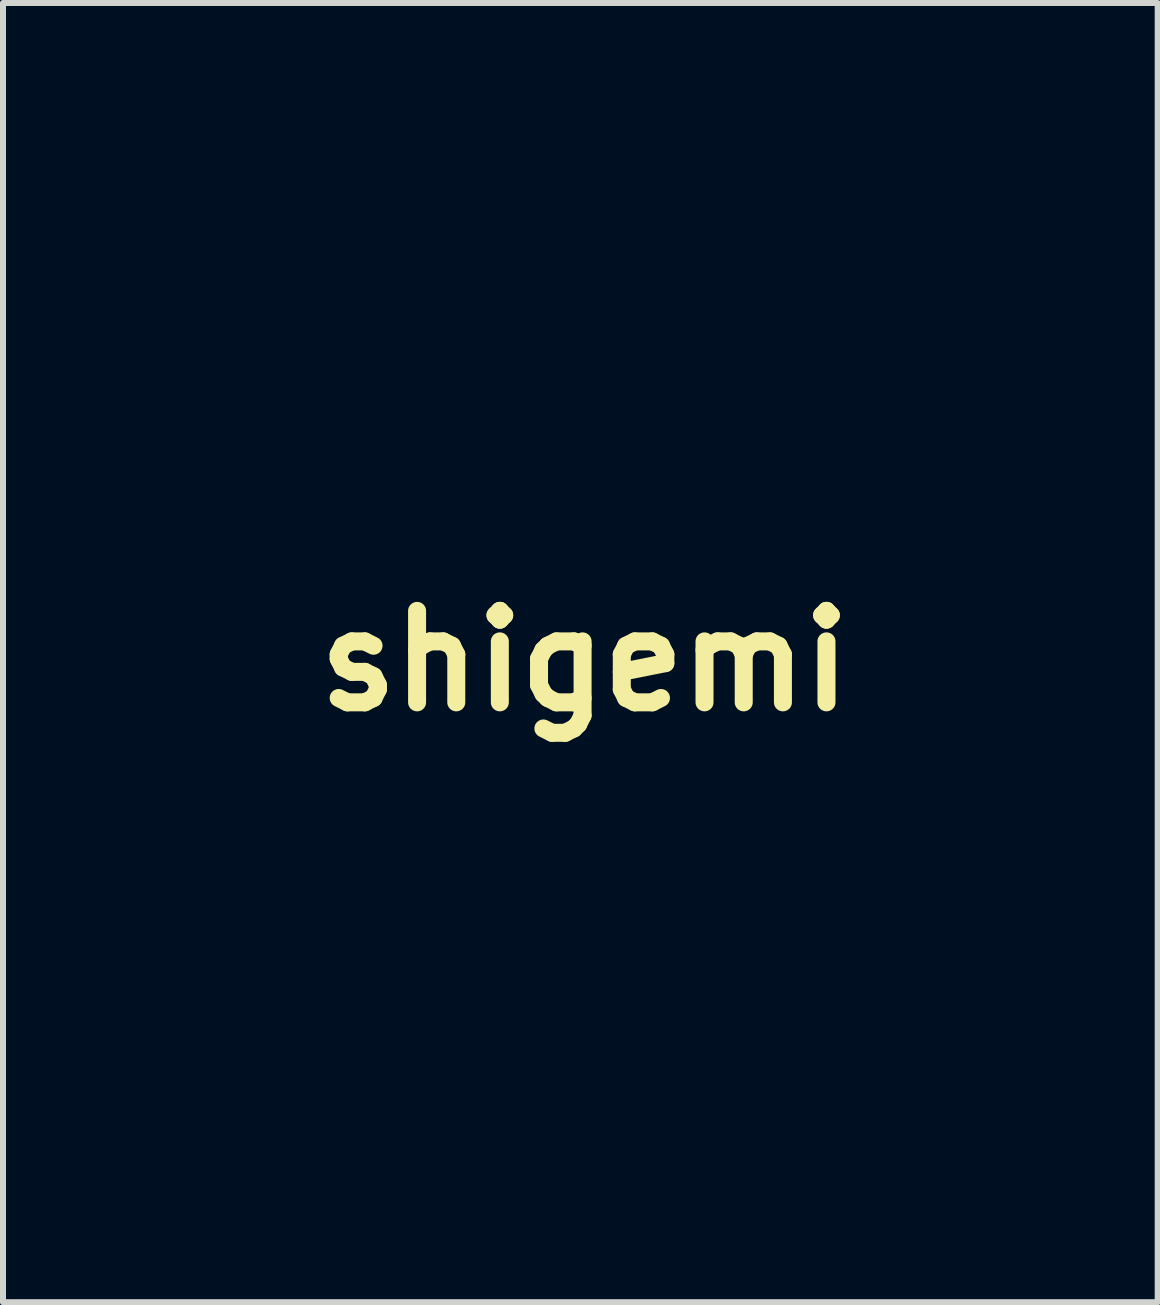
<source format=kicad_pcb>
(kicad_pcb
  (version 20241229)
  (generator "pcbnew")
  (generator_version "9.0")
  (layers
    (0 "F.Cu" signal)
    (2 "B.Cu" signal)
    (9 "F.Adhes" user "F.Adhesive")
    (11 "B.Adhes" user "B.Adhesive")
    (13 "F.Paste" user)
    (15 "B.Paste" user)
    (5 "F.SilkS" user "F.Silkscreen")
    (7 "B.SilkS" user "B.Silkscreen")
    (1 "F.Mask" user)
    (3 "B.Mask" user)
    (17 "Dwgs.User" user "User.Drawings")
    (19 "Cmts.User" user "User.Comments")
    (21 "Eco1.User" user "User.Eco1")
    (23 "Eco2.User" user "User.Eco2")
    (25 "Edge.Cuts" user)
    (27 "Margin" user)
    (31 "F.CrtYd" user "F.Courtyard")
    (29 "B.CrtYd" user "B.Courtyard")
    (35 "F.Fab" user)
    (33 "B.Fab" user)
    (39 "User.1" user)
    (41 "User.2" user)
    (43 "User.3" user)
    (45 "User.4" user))
  (footprint "shigemi"
    (layer "F.Cu")
    (at 6.694 7.964)
    (property "Reference" "shigemi" (at 0 0 0) (layer "F.SilkS") (effects (font (size 1.524 1.524) (thickness 0.3))))
    (attr through_hole)
    (fp_poly (pts (xy 3.641 -6.9) (xy 3.598 -6.858) (xy 3.556 -6.9) (xy 3.598 -6.943) (xy 3.641 -6.9)) (stroke (width 0.01) (type solid)) (fill yes) (layer "F.Mask"))
    (fp_poly (pts (xy 3.895 -7.747) (xy 3.852 -7.705) (xy 3.81 -7.747) (xy 3.852 -7.789) (xy 3.895 -7.747)) (stroke (width 0.01) (type solid)) (fill yes) (layer "F.Mask"))
    (fp_poly (pts (xy -6.444 -7.935) (xy -6.487 -7.877) (xy -6.562 -7.843) (xy -6.671 -7.842) (xy -6.689 -7.877) (xy -6.62 -7.949) (xy -6.562 -7.959) (xy -6.444 -7.935)) (stroke (width 0.01) (type solid)) (fill yes) (layer "F.Mask"))
    (fp_poly (pts (xy -2.384 -0.295) (xy -2.384 -0.207) (xy -2.465 -0.059) (xy -2.527 -0.018) (xy -2.611 -0.043) (xy -2.612 -0.131) (xy -2.53 -0.28) (xy -2.468 -0.32) (xy -2.384 -0.295)) (stroke (width 0.01) (type solid)) (fill yes) (layer "F.Mask"))
    (fp_poly (pts (xy -2.31 0.663) (xy -2.286 0.762) (xy -2.339 0.9) (xy -2.413 0.931) (xy -2.516 0.861) (xy -2.54 0.762) (xy -2.487 0.624) (xy -2.413 0.593) (xy -2.31 0.663)) (stroke (width 0.01) (type solid)) (fill yes) (layer "F.Mask"))
    (fp_poly (pts (xy 0.482 1.6) (xy 0.508 1.778) (xy 0.47 1.98) (xy 0.381 2.032) (xy 0.28 1.956) (xy 0.254 1.778) (xy 0.292 1.576) (xy 0.381 1.524) (xy 0.482 1.6)) (stroke (width 0.01) (type solid)) (fill yes) (layer "F.Mask"))
    (fp_poly (pts (xy 0.83 0.469) (xy 0.833 0.598) (xy 0.766 0.765) (xy 0.691 0.828) (xy 0.609 0.801) (xy 0.607 0.672) (xy 0.673 0.505) (xy 0.748 0.442) (xy 0.83 0.469)) (stroke (width 0.01) (type solid)) (fill yes) (layer "F.Mask"))
    (fp_poly (pts (xy -2.053 1.767) (xy -2.032 1.91) (xy -2.074 2.073) (xy -2.201 2.117) (xy -2.343 2.057) (xy -2.369 1.968) (xy -2.328 1.771) (xy -2.233 1.648) (xy -2.126 1.645) (xy -2.053 1.767)) (stroke (width 0.01) (type solid)) (fill yes) (layer "F.Mask"))
    (fp_poly (pts (xy 1.329 1.509) (xy 1.365 1.592) (xy 1.392 1.733) (xy 1.304 1.777) (xy 1.267 1.778) (xy 1.138 1.729) (xy 1.101 1.559) (xy 1.138 1.402) (xy 1.225 1.387) (xy 1.329 1.509)) (stroke (width 0.01) (type solid)) (fill yes) (layer "F.Mask"))
    (fp_poly (pts (xy 1.551 0.549) (xy 1.593 0.705) (xy 1.58 0.884) (xy 1.498 0.931) (xy 1.411 0.875) (xy 1.367 0.754) (xy 1.355 0.614) (xy 1.39 0.466) (xy 1.469 0.449) (xy 1.551 0.549)) (stroke (width 0.01) (type solid)) (fill yes) (layer "F.Mask"))
    (fp_poly (pts (xy 5.653 3.512) (xy 5.647 3.61) (xy 5.509 3.722) (xy 5.305 3.801) (xy 5.183 3.787) (xy 5.165 3.742) (xy 5.236 3.604) (xy 5.398 3.497) (xy 5.52 3.471) (xy 5.653 3.512)) (stroke (width 0.01) (type solid)) (fill yes) (layer "F.Mask"))
    (fp_poly (pts (xy -3.071 1.332) (xy -3.064 1.496) (xy -3.125 1.684) (xy -3.227 1.764) (xy -3.333 1.711) (xy -3.342 1.697) (xy -3.367 1.537) (xy -3.306 1.369) (xy -3.191 1.273) (xy -3.164 1.27) (xy -3.071 1.332)) (stroke (width 0.01) (type solid)) (fill yes) (layer "F.Mask"))
    (fp_poly (pts (xy -2.988 2.603) (xy -2.972 2.748) (xy -3.018 2.908) (xy -3.116 3.019) (xy -3.154 3.032) (xy -3.28 3.001) (xy -3.302 2.934) (xy -3.259 2.699) (xy -3.147 2.559) (xy -3.076 2.54) (xy -2.988 2.603)) (stroke (width 0.01) (type solid)) (fill yes) (layer "F.Mask"))
    (fp_poly (pts (xy 0.661 2.696) (xy 0.677 2.794) (xy 0.68 2.964) (xy 0.684 3.025) (xy 0.64 3.107) (xy 0.537 3.099) (xy 0.457 3.013) (xy 0.438 2.83) (xy 0.498 2.676) (xy 0.59 2.625) (xy 0.661 2.696)) (stroke (width 0.01) (type solid)) (fill yes) (layer "F.Mask"))
    (fp_poly (pts (xy 1.376 2.73) (xy 1.458 2.815) (xy 1.509 2.959) (xy 1.512 3.088) (xy 1.466 3.131) (xy 1.34 3.089) (xy 1.279 3.055) (xy 1.209 2.942) (xy 1.229 2.808) (xy 1.316 2.727) (xy 1.376 2.73)) (stroke (width 0.01) (type solid)) (fill yes) (layer "F.Mask"))
    (fp_poly (pts (xy 5.531 2.111) (xy 5.539 2.224) (xy 5.411 2.364) (xy 5.223 2.503) (xy 5.111 2.527) (xy 5.042 2.462) (xy 5.062 2.359) (xy 5.181 2.235) (xy 5.341 2.132) (xy 5.483 2.092) (xy 5.531 2.111)) (stroke (width 0.01) (type solid)) (fill yes) (layer "F.Mask"))
    (fp_poly (pts (xy 5.581 4.376) (xy 5.553 4.527) (xy 5.429 4.732) (xy 5.297 4.86) (xy 5.213 4.835) (xy 5.212 4.834) (xy 5.212 4.701) (xy 5.291 4.522) (xy 5.408 4.37) (xy 5.505 4.318) (xy 5.581 4.376)) (stroke (width 0.01) (type solid)) (fill yes) (layer "F.Mask"))
    (fp_poly (pts (xy 5.59 3.007) (xy 5.669 3.116) (xy 5.591 3.22) (xy 5.524 3.25) (xy 5.338 3.322) (xy 5.271 3.351) (xy 5.179 3.331) (xy 5.165 3.27) (xy 5.232 3.133) (xy 5.384 3.024) (xy 5.545 2.991) (xy 5.59 3.007)) (stroke (width 0.01) (type solid)) (fill yes) (layer "F.Mask"))
    (fp_poly (pts (xy 5.584 2.58) (xy 5.669 2.691) (xy 5.594 2.795) (xy 5.524 2.827) (xy 5.343 2.897) (xy 5.278 2.926) (xy 5.154 2.915) (xy 5.127 2.887) (xy 5.15 2.789) (xy 5.271 2.676) (xy 5.429 2.59) (xy 5.565 2.572) (xy 5.584 2.58)) (stroke (width 0.01) (type solid)) (fill yes) (layer "F.Mask"))
    (fp_poly (pts (xy 5.734 3.915) (xy 5.728 3.988) (xy 5.591 4.133) (xy 5.524 4.192) (xy 5.318 4.354) (xy 5.203 4.39) (xy 5.165 4.303) (xy 5.165 4.289) (xy 5.234 4.13) (xy 5.396 3.979) (xy 5.582 3.897) (xy 5.616 3.895) (xy 5.734 3.915)) (stroke (width 0.01) (type solid)) (fill yes) (layer "F.Mask"))
    (fp_poly (pts (xy 5.502 1.775) (xy 5.503 1.807) (xy 5.473 1.887) (xy 5.363 1.978) (xy 5.142 2.101) (xy 4.974 2.185) (xy 4.917 2.148) (xy 4.911 2.1) (xy 4.977 1.981) (xy 5.14 1.849) (xy 5.157 1.839) (xy 5.366 1.725) (xy 5.47 1.705) (xy 5.502 1.775)) (stroke (width 0.01) (type solid)) (fill yes) (layer "F.Mask"))
    (fp_poly (pts (xy 3.807 -4.064) (xy 3.861 -3.903) (xy 3.891 -3.656) (xy 3.893 -3.57) (xy 3.895 -3.204) (xy 4.17 -3.257) (xy 4.346 -3.285) (xy 4.377 -3.265) (xy 4.29 -3.186) (xy 4.11 -3.013) (xy 4.021 -2.907) (xy 3.928 -2.807) (xy 3.877 -2.847) (xy 3.865 -2.879) (xy 3.826 -3.058) (xy 3.794 -3.302) (xy 3.773 -3.569) (xy 3.764 -3.816) (xy 3.77 -3.999) (xy 3.792 -4.075) (xy 3.807 -4.064)) (stroke (width 0.01) (type solid)) (fill yes) (layer "F.Mask"))
    (fp_poly (pts (xy -5.153 6.067) (xy -5.08 6.172) (xy -5.08 6.178) (xy -5.149 6.255) (xy -5.207 6.265) (xy -5.308 6.341) (xy -5.334 6.519) (xy -5.311 6.701) (xy -5.214 6.767) (xy -5.122 6.773) (xy -4.952 6.817) (xy -4.911 6.9) (xy -4.98 6.991) (xy -5.144 7.027) (xy -5.336 7.006) (xy -5.486 6.926) (xy -5.564 6.754) (xy -5.585 6.507) (xy -5.55 6.262) (xy -5.464 6.098) (xy -5.462 6.097) (xy -5.305 6.036) (xy -5.153 6.067)) (stroke (width 0.01) (type solid)) (fill yes) (layer "F.Mask"))
    (fp_poly (pts (xy -2.24 -4.737) (xy -2.212 -4.698) (xy -2.237 -4.583) (xy -2.316 -4.353) (xy -2.327 -4.321) (xy -2.411 -4.038) (xy -2.497 -3.679) (xy -2.547 -3.422) (xy -2.625 -3.079) (xy -2.71 -2.904) (xy -2.76 -2.879) (xy -2.868 -2.897) (xy -2.879 -2.909) (xy -2.86 -3.054) (xy -2.81 -3.31) (xy -2.741 -3.626) (xy -2.665 -3.95) (xy -2.592 -4.23) (xy -2.578 -4.277) (xy -2.476 -4.559) (xy -2.373 -4.717) (xy -2.322 -4.741) (xy -2.24 -4.737)) (stroke (width 0.01) (type solid)) (fill yes) (layer "F.Mask"))
    (fp_poly (pts (xy 3.028 3.319) (xy 3.202 3.508) (xy 3.356 3.794) (xy 3.367 3.993) (xy 3.253 4.097) (xy 3.115 4.142) (xy 3.037 4.107) (xy 2.976 4.036) (xy 2.896 3.907) (xy 2.827 3.768) (xy 3.048 3.768) (xy 3.09 3.81) (xy 3.133 3.768) (xy 3.09 3.725) (xy 3.048 3.768) (xy 2.827 3.768) (xy 2.793 3.7) (xy 2.695 3.48) (xy 2.633 3.314) (xy 2.625 3.273) (xy 2.697 3.246) (xy 2.821 3.239) (xy 3.028 3.319)) (stroke (width 0.01) (type solid)) (fill yes) (layer "F.Mask"))
    (fp_poly (pts (xy -1.394 -4.637) (xy -1.374 -4.626) (xy -1.348 -4.522) (xy -1.365 -4.295) (xy -1.409 -4.046) (xy -1.48 -3.693) (xy -1.512 -3.473) (xy -1.505 -3.355) (xy -1.458 -3.309) (xy -1.397 -3.302) (xy -1.283 -3.259) (xy -1.3 -3.16) (xy -1.434 -3.051) (xy -1.598 -2.989) (xy -1.764 -2.961) (xy -1.858 -2.977) (xy -1.863 -2.988) (xy -1.845 -3.096) (xy -1.799 -3.318) (xy -1.734 -3.612) (xy -1.66 -3.933) (xy -1.588 -4.238) (xy -1.528 -4.483) (xy -1.49 -4.624) (xy -1.482 -4.642) (xy -1.394 -4.637)) (stroke (width 0.01) (type solid)) (fill yes) (layer "F.Mask"))
    (fp_poly (pts (xy 2.753 2.188) (xy 3.006 2.261) (xy 3.192 2.395) (xy 3.29 2.554) (xy 3.283 2.705) (xy 3.151 2.813) (xy 3.111 2.825) (xy 2.918 2.868) (xy 2.798 2.839) (xy 2.675 2.712) (xy 2.628 2.651) (xy 2.494 2.426) (xy 2.808 2.426) (xy 2.811 2.518) (xy 2.85 2.568) (xy 2.967 2.623) (xy 3.045 2.574) (xy 3.048 2.549) (xy 2.981 2.457) (xy 2.921 2.425) (xy 2.808 2.426) (xy 2.494 2.426) (xy 2.489 2.418) (xy 2.49 2.258) (xy 2.627 2.186) (xy 2.753 2.188)) (stroke (width 0.01) (type solid)) (fill yes) (layer "F.Mask"))
    (fp_poly (pts (xy -3.204 -4.828) (xy -3.153 -4.763) (xy -3.195 -4.679) (xy -3.328 -4.657) (xy -3.508 -4.608) (xy -3.589 -4.523) (xy -3.634 -4.311) (xy -3.634 -4.079) (xy -3.593 -3.901) (xy -3.556 -3.852) (xy -3.499 -3.74) (xy -3.472 -3.534) (xy -3.471 -3.505) (xy -3.52 -3.265) (xy -3.644 -3.047) (xy -3.81 -2.88) (xy -3.985 -2.794) (xy -4.135 -2.817) (xy -4.188 -2.873) (xy -4.156 -2.96) (xy -4.011 -3.06) (xy -4.002 -3.064) (xy -3.807 -3.241) (xy -3.73 -3.501) (xy -3.783 -3.794) (xy -3.815 -3.861) (xy -3.874 -4.105) (xy -3.859 -4.41) (xy -3.78 -4.688) (xy -3.716 -4.796) (xy -3.566 -4.878) (xy -3.369 -4.887) (xy -3.204 -4.828)) (stroke (width 0.01) (type solid)) (fill yes) (layer "F.Mask"))
    (fp_poly (pts (xy 1.45 -4.606) (xy 1.446 -4.452) (xy 1.383 -4.181) (xy 1.257 -3.773) (xy 1.241 -3.725) (xy 1.1 -3.381) (xy 0.958 -3.18) (xy 0.823 -3.132) (xy 0.714 -3.226) (xy 0.671 -3.386) (xy 0.659 -3.635) (xy 0.673 -3.926) (xy 0.71 -4.21) (xy 0.763 -4.438) (xy 0.828 -4.562) (xy 0.852 -4.572) (xy 0.884 -4.494) (xy 0.893 -4.283) (xy 0.881 -3.974) (xy 0.876 -3.916) (xy 0.858 -3.615) (xy 0.856 -3.401) (xy 0.87 -3.308) (xy 0.877 -3.309) (xy 0.925 -3.408) (xy 1.002 -3.629) (xy 1.096 -3.927) (xy 1.122 -4.015) (xy 1.22 -4.318) (xy 1.312 -4.543) (xy 1.383 -4.655) (xy 1.397 -4.66) (xy 1.45 -4.606)) (stroke (width 0.01) (type solid)) (fill yes) (layer "F.Mask"))
    (fp_poly (pts (xy 0.408 -4.713) (xy 0.408 -4.613) (xy 0.342 -4.417) (xy 0.202 -4.099) (xy 0.177 -4.044) (xy 0.037 -3.736) (xy -0.087 -3.455) (xy -0.16 -3.281) (xy -0.269 -3.09) (xy -0.385 -3.069) (xy -0.508 -3.217) (xy -0.511 -3.222) (xy -0.555 -3.399) (xy -0.566 -3.664) (xy -0.548 -3.973) (xy -0.508 -4.28) (xy -0.451 -4.539) (xy -0.381 -4.705) (xy -0.33 -4.741) (xy -0.284 -4.662) (xy -0.279 -4.423) (xy -0.3 -4.17) (xy -0.324 -3.892) (xy -0.331 -3.702) (xy -0.319 -3.64) (xy -0.317 -3.641) (xy -0.26 -3.732) (xy -0.15 -3.932) (xy -0.009 -4.198) (xy -0.002 -4.212) (xy 0.143 -4.474) (xy 0.267 -4.663) (xy 0.345 -4.741) (xy 0.347 -4.741) (xy 0.408 -4.713)) (stroke (width 0.01) (type solid)) (fill yes) (layer "F.Mask"))
    (fp_poly (pts (xy 2.487 -4.954) (xy 2.625 -4.826) (xy 2.677 -4.579) (xy 2.634 -4.268) (xy 2.506 -3.964) (xy 2.483 -3.927) (xy 2.42 -3.8) (xy 2.448 -3.696) (xy 2.589 -3.557) (xy 2.628 -3.524) (xy 2.812 -3.384) (xy 2.948 -3.307) (xy 2.97 -3.302) (xy 3.046 -3.237) (xy 3.048 -3.217) (xy 2.993 -3.135) (xy 2.845 -3.164) (xy 2.629 -3.295) (xy 2.465 -3.43) (xy 2.136 -3.727) (xy 2.078 -3.262) (xy 2.018 -2.925) (xy 1.944 -2.754) (xy 1.853 -2.749) (xy 1.838 -2.762) (xy 1.815 -2.875) (xy 1.823 -2.908) (xy 1.844 -3.024) (xy 1.879 -3.266) (xy 1.922 -3.593) (xy 1.968 -3.962) (xy 2.011 -4.333) (xy 2.022 -4.438) (xy 2.201 -4.438) (xy 2.227 -4.182) (xy 2.289 -4.08) (xy 2.362 -4.13) (xy 2.422 -4.327) (xy 2.439 -4.473) (xy 2.441 -4.705) (xy 2.396 -4.809) (xy 2.333 -4.826) (xy 2.248 -4.782) (xy 2.208 -4.627) (xy 2.201 -4.438) (xy 2.022 -4.438) (xy 2.047 -4.663) (xy 2.059 -4.784) (xy 2.139 -4.929) (xy 2.304 -4.987) (xy 2.487 -4.954)) (stroke (width 0.01) (type solid)) (fill yes) (layer "F.Mask"))
    (fp_poly (pts (xy -3.406 5.719) (xy -3.265 5.884) (xy -3.217 6.136) (xy -3.261 6.349) (xy -3.368 6.533) (xy -3.506 6.658) (xy -3.64 6.694) (xy -3.736 6.613) (xy -3.743 6.592) (xy -3.817 6.546) (xy -3.973 6.614) (xy -4.125 6.685) (xy -4.196 6.652) (xy -4.211 6.619) (xy -4.269 6.573) (xy -4.371 6.678) (xy -4.374 6.683) (xy -4.535 6.835) (xy -4.684 6.819) (xy -4.815 6.637) (xy -4.858 6.477) (xy -4.657 6.477) (xy -4.614 6.519) (xy -4.572 6.477) (xy -4.614 6.435) (xy -4.657 6.477) (xy -4.858 6.477) (xy -4.873 6.418) (xy -4.865 6.256) (xy -4.756 6.123) (xy -4.596 6.109) (xy -4.448 6.21) (xy -4.405 6.287) (xy -4.358 6.381) (xy -4.34 6.337) (xy -4.345 6.148) (xy -4.329 5.908) (xy -4.264 5.785) (xy -4.255 5.781) (xy -4.172 5.821) (xy -4.147 5.983) (xy -4.117 6.252) (xy -4.027 6.362) (xy -3.878 6.316) (xy -3.868 6.309) (xy -3.75 6.122) (xy -3.745 6.018) (xy -3.553 6.018) (xy -3.523 6.167) (xy -3.452 6.243) (xy -3.407 6.229) (xy -3.415 6.138) (xy -3.461 6.039) (xy -3.53 5.941) (xy -3.552 5.992) (xy -3.553 6.018) (xy -3.745 6.018) (xy -3.742 5.959) (xy -3.728 5.769) (xy -3.618 5.69) (xy -3.615 5.69) (xy -3.406 5.719)) (stroke (width 0.01) (type solid)) (fill yes) (layer "F.Mask"))
    (fp_poly (pts (xy 1.139 -1.532) (xy 1.292 -1.321) (xy 1.467 -0.96) (xy 1.533 -0.804) (xy 1.677 -0.429) (xy 1.79 -0.059) (xy 1.885 0.352) (xy 1.972 0.855) (xy 2.026 1.228) (xy 2.107 1.885) (xy 2.166 2.519) (xy 2.2 3.104) (xy 2.211 3.614) (xy 2.196 4.023) (xy 2.155 4.304) (xy 2.124 4.39) (xy 2.055 4.573) (xy 1.981 4.851) (xy 1.938 5.059) (xy 1.868 5.362) (xy 1.782 5.622) (xy 1.727 5.736) (xy 1.564 5.885) (xy 1.375 5.921) (xy 1.223 5.836) (xy 1.212 5.821) (xy 1.167 5.681) (xy 1.123 5.437) (xy 1.102 5.249) (xy 1.098 5.214) (xy 1.355 5.214) (xy 1.375 5.511) (xy 1.429 5.646) (xy 1.506 5.62) (xy 1.593 5.434) (xy 1.663 5.179) (xy 1.715 4.925) (xy 1.72 4.795) (xy 1.668 4.748) (xy 1.557 4.741) (xy 1.442 4.754) (xy 1.381 4.821) (xy 1.358 4.983) (xy 1.355 5.214) (xy 1.098 5.214) (xy 1.058 4.784) (xy 0.254 4.782) (xy -0.292 4.759) (xy -0.686 4.691) (xy -0.943 4.572) (xy -1.039 4.445) (xy 1.693 4.445) (xy 1.736 4.487) (xy 1.778 4.445) (xy 1.736 4.403) (xy 1.693 4.445) (xy -1.039 4.445) (xy -1.075 4.397) (xy -1.101 4.238) (xy -1.078 4.053) (xy -1.027 3.965) (xy -0.976 3.875) (xy -0.894 3.643) (xy -0.88 3.598) (xy -0.584 3.598) (xy -0.53 3.689) (xy -0.406 3.717) (xy -0.205 3.704) (xy -0.148 3.698) (xy 0.257 3.694) (xy 0.644 3.753) (xy 0.677 3.762) (xy 1.097 3.855) (xy 1.462 3.881) (xy 1.737 3.841) (xy 1.868 3.761) (xy 1.933 3.583) (xy 1.965 3.258) (xy 1.964 2.807) (xy 1.929 2.248) (xy 1.863 1.602) (xy 1.827 1.325) (xy 1.759 0.826) (xy 1.703 0.454) (xy 1.648 0.168) (xy 1.587 -0.072) (xy 1.508 -0.307) (xy 1.402 -0.579) (xy 1.334 -0.745) (xy 1.181 -1.088) (xy 1.059 -1.281) (xy 0.959 -1.339) (xy 0.949 -1.338) (xy 0.801 -1.229) (xy 0.639 -0.967) (xy 0.469 -0.564) (xy 0.295 -0.036) (xy 0.123 0.604) (xy -0.042 1.34) (xy -0.13 1.731) (xy -0.245 2.192) (xy -0.364 2.633) (xy -0.381 2.691) (xy -0.504 3.123) (xy -0.573 3.417) (xy -0.584 3.598) (xy -0.88 3.598) (xy -0.786 3.294) (xy -0.659 2.851) (xy -0.52 2.338) (xy -0.375 1.779) (xy -0.231 1.197) (xy -0.133 0.782) (xy 0.047 0.062) (xy 0.221 -0.506) (xy 0.395 -0.941) (xy 0.576 -1.26) (xy 0.653 -1.36) (xy 0.835 -1.541) (xy 0.992 -1.602) (xy 1.139 -1.532)) (stroke (width 0.01) (type solid)) (fill yes) (layer "F.Mask"))
    (fp_poly (pts (xy 0.256 -2.683) (xy 0.262 -2.495) (xy 0.184 -2.256) (xy 0.117 -2.136) (xy 0.04 -1.991) (xy 0.07 -1.92) (xy 0.13 -1.892) (xy 0.3 -1.894) (xy 0.407 -2.052) (xy 0.437 -2.193) (xy 0.517 -2.396) (xy 0.658 -2.512) (xy 0.812 -2.51) (xy 0.863 -2.472) (xy 0.927 -2.354) (xy 0.865 -2.2) (xy 0.865 -2.199) (xy 0.804 -2.072) (xy 0.854 -2.033) (xy 0.878 -2.032) (xy 1.027 -2.092) (xy 1.101 -2.159) (xy 1.157 -2.264) (xy 1.111 -2.286) (xy 1.021 -2.33) (xy 1.05 -2.431) (xy 1.183 -2.539) (xy 1.382 -2.581) (xy 1.522 -2.522) (xy 1.667 -2.398) (xy 1.673 -2.312) (xy 1.566 -2.286) (xy 1.463 -2.215) (xy 1.439 -2.117) (xy 1.494 -1.976) (xy 1.626 -1.96) (xy 1.76 -2.048) (xy 1.878 -2.102) (xy 1.925 -2.083) (xy 1.909 -1.998) (xy 1.804 -1.871) (xy 1.661 -1.753) (xy 1.532 -1.694) (xy 1.521 -1.693) (xy 1.409 -1.747) (xy 1.334 -1.811) (xy 1.179 -1.883) (xy 1.067 -1.845) (xy 0.869 -1.793) (xy 0.768 -1.801) (xy 0.582 -1.793) (xy 0.419 -1.733) (xy 0.156 -1.671) (xy 0.033 -1.697) (xy -0.155 -1.713) (xy -0.298 -1.606) (xy -0.421 -1.51) (xy -0.592 -1.475) (xy -0.868 -1.49) (xy -0.878 -1.491) (xy -1.209 -1.517) (xy -1.533 -1.528) (xy -1.637 -1.528) (xy -1.864 -1.541) (xy -1.975 -1.613) (xy -2.007 -1.69) (xy -2.075 -1.809) (xy -2.221 -1.818) (xy -2.274 -1.806) (xy -2.496 -1.704) (xy -2.684 -1.553) (xy -2.871 -1.391) (xy -3.008 -1.377) (xy -3.124 -1.509) (xy -3.137 -1.533) (xy -3.206 -1.643) (xy -3.275 -1.652) (xy -3.397 -1.552) (xy -3.462 -1.49) (xy -3.656 -1.344) (xy -3.832 -1.272) (xy -3.854 -1.27) (xy -3.916 -1.295) (xy -3.879 -1.384) (xy -3.732 -1.556) (xy -3.616 -1.675) (xy -3.413 -1.901) (xy -3.269 -2.097) (xy -3.217 -2.216) (xy -3.166 -2.377) (xy -3.054 -2.552) (xy -2.919 -2.681) (xy -2.818 -2.676) (xy -2.789 -2.651) (xy -2.739 -2.548) (xy -2.778 -2.384) (xy -2.851 -2.228) (xy -2.947 -1.992) (xy -2.986 -1.796) (xy -2.983 -1.756) (xy -2.927 -1.648) (xy -2.858 -1.677) (xy -2.805 -1.812) (xy -2.794 -1.938) (xy -2.777 -2.128) (xy -2.743 -2.224) (xy -2.626 -2.246) (xy -2.503 -2.171) (xy -2.455 -2.062) (xy -2.428 -1.987) (xy -2.318 -2.015) (xy -2.265 -2.041) (xy -2.09 -2.163) (xy -2.007 -2.256) (xy -1.898 -2.373) (xy -1.822 -2.341) (xy -1.8 -2.181) (xy -1.814 -2.081) (xy -1.828 -1.84) (xy -1.772 -1.743) (xy -1.667 -1.8) (xy -1.551 -1.985) (xy -1.417 -2.2) (xy -1.295 -2.286) (xy -1.214 -2.24) (xy -1.2 -2.058) (xy -1.204 -2.028) (xy -1.205 -1.803) (xy -1.14 -1.708) (xy -1.038 -1.729) (xy -0.926 -1.854) (xy -0.833 -2.073) (xy -0.804 -2.201) (xy -0.734 -2.456) (xy -0.638 -2.622) (xy -0.538 -2.675) (xy -0.456 -2.588) (xy -0.455 -2.586) (xy -0.444 -2.417) (xy -0.483 -2.175) (xy -0.502 -2.102) (xy -0.554 -1.879) (xy -0.56 -1.731) (xy -0.55 -1.708) (xy -0.469 -1.724) (xy -0.354 -1.842) (xy -0.244 -2.008) (xy -0.177 -2.172) (xy -0.171 -2.219) (xy -0.128 -2.445) (xy -0.028 -2.645) (xy 0.097 -2.764) (xy 0.163 -2.774) (xy 0.256 -2.683)) (stroke (width 0.01) (type solid)) (fill yes) (layer "F.Mask"))
    (fp_poly (pts (xy -1.996 -1.383) (xy -1.845 -1.16) (xy -1.71 -0.816) (xy -1.686 -0.74) (xy -1.623 -0.505) (xy -1.573 -0.258) (xy -1.535 0.032) (xy -1.504 0.391) (xy -1.479 0.849) (xy -1.458 1.434) (xy -1.447 1.778) (xy -1.433 2.332) (xy -1.427 2.83) (xy -1.426 3.248) (xy -1.433 3.56) (xy -1.445 3.74) (xy -1.454 3.772) (xy -1.486 3.92) (xy -1.472 4.032) (xy -1.486 4.182) (xy -1.626 4.336) (xy -1.718 4.403) (xy -1.863 4.513) (xy -1.958 4.631) (xy -2.023 4.801) (xy -2.077 5.068) (xy -2.115 5.31) (xy -2.177 5.651) (xy -2.252 5.936) (xy -2.324 6.115) (xy -2.344 6.142) (xy -2.55 6.253) (xy -2.764 6.23) (xy -2.873 6.146) (xy -2.929 6.005) (xy -2.982 5.75) (xy -3.022 5.434) (xy -3.022 5.426) (xy -3.05 5.186) (xy -2.793 5.186) (xy -2.775 5.574) (xy -2.727 5.848) (xy -2.656 5.994) (xy -2.57 5.999) (xy -2.475 5.851) (xy -2.461 5.815) (xy -2.41 5.623) (xy -2.356 5.337) (xy -2.325 5.125) (xy -2.295 4.851) (xy -2.299 4.71) (xy -2.341 4.669) (xy -2.408 4.686) (xy -2.6 4.735) (xy -2.674 4.741) (xy -2.749 4.792) (xy -2.786 4.963) (xy -2.793 5.186) (xy -3.05 5.186) (xy -3.056 5.132) (xy -3.097 4.918) (xy -3.137 4.827) (xy -3.141 4.826) (xy -3.312 4.869) (xy -3.495 4.969) (xy -3.621 5.085) (xy -3.641 5.136) (xy -3.686 5.241) (xy -3.792 5.23) (xy -3.914 5.119) (xy -3.972 5.019) (xy -4.077 4.789) (xy -4.229 4.99) (xy -4.393 5.124) (xy -4.548 5.128) (xy -4.645 5.011) (xy -4.657 4.923) (xy -4.735 4.77) (xy -4.974 4.633) (xy -4.988 4.627) (xy -5.209 4.523) (xy -5.326 4.445) (xy -3.302 4.445) (xy -3.26 4.487) (xy -3.217 4.445) (xy -3.26 4.403) (xy -3.302 4.445) (xy -5.326 4.445) (xy -5.357 4.424) (xy -5.378 4.4) (xy -5.412 4.222) (xy -5.399 4.106) (xy -5.148 4.106) (xy -5.139 4.251) (xy -5.113 4.264) (xy -5.109 4.256) (xy -5.103 4.191) (xy -1.947 4.191) (xy -1.905 4.233) (xy -1.863 4.191) (xy -1.905 4.149) (xy -1.947 4.191) (xy -5.103 4.191) (xy -5.094 4.106) (xy -4.149 4.106) (xy -4.106 4.149) (xy -4.064 4.106) (xy -4.106 4.064) (xy -4.149 4.106) (xy -5.094 4.106) (xy -5.092 4.088) (xy -5.106 4.002) (xy -5.133 3.968) (xy -5.148 4.08) (xy -5.148 4.106) (xy -5.399 4.106) (xy -5.382 3.956) (xy -5.303 3.665) (xy -5.19 3.411) (xy -5.13 3.324) (xy -5.102 3.281) (xy -4.741 3.281) (xy -4.66 3.4) (xy -4.432 3.504) (xy -4.079 3.586) (xy -3.641 3.637) (xy -3.198 3.659) (xy -2.745 3.664) (xy -2.328 3.653) (xy -1.991 3.628) (xy -1.791 3.591) (xy -1.75 3.496) (xy -1.72 3.26) (xy -1.702 2.91) (xy -1.695 2.473) (xy -1.697 1.978) (xy -1.709 1.452) (xy -1.73 0.922) (xy -1.759 0.416) (xy -1.794 -0.039) (xy -1.837 -0.415) (xy -1.885 -0.685) (xy -1.902 -0.747) (xy -2.014 -1.042) (xy -2.127 -1.215) (xy -2.254 -1.259) (xy -2.408 -1.169) (xy -2.601 -0.939) (xy -2.846 -0.565) (xy -3.018 -0.28) (xy -3.168 -0.011) (xy -3.357 0.348) (xy -3.573 0.77) (xy -3.802 1.23) (xy -4.033 1.701) (xy -4.25 2.155) (xy -4.443 2.567) (xy -4.598 2.909) (xy -4.701 3.156) (xy -4.741 3.279) (xy -4.741 3.281) (xy -5.102 3.281) (xy -5.03 3.171) (xy -4.877 2.895) (xy -4.685 2.526) (xy -4.471 2.095) (xy -4.299 1.736) (xy -3.863 0.83) (xy -3.479 0.081) (xy -3.141 -0.518) (xy -2.845 -0.969) (xy -2.587 -1.276) (xy -2.363 -1.445) (xy -2.167 -1.479) (xy -1.996 -1.383)) (stroke (width 0.01) (type solid)) (fill yes) (layer "F.Mask"))
    (fp_poly (pts (xy 3.516 -7.777) (xy 3.672 -7.745) (xy 3.685 -7.707) (xy 3.577 -7.66) (xy 3.354 -7.629) (xy 3.13 -7.62) (xy 2.849 -7.613) (xy 2.706 -7.585) (xy 2.67 -7.527) (xy 2.679 -7.493) (xy 2.786 -7.405) (xy 3.035 -7.362) (xy 3.163 -7.356) (xy 3.598 -7.346) (xy 3.235 -7.258) (xy 2.941 -7.214) (xy 2.727 -7.252) (xy 2.675 -7.277) (xy 2.51 -7.335) (xy 2.337 -7.303) (xy 2.199 -7.238) (xy 1.93 -7.143) (xy 1.625 -7.141) (xy 1.531 -7.154) (xy 1.267 -7.19) (xy 1.018 -7.208) (xy 0.736 -7.208) (xy 0.373 -7.192) (xy -0.042 -7.164) (xy -0.418 -7.14) (xy -0.893 -7.111) (xy -1.396 -7.082) (xy -1.721 -7.065) (xy -2.204 -7.03) (xy -2.608 -6.981) (xy -2.897 -6.922) (xy -2.991 -6.889) (xy -3.12 -6.826) (xy -3.148 -6.793) (xy -3.055 -6.787) (xy -2.821 -6.804) (xy -2.667 -6.818) (xy -2.418 -6.834) (xy -2.062 -6.848) (xy -1.619 -6.861) (xy -1.111 -6.872) (xy -0.556 -6.882) (xy 0.023 -6.889) (xy 0.606 -6.894) (xy 1.173 -6.897) (xy 1.703 -6.898) (xy 2.176 -6.896) (xy 2.57 -6.891) (xy 2.867 -6.884) (xy 3.044 -6.873) (xy 3.081 -6.86) (xy 3.048 -6.853) (xy 2.831 -6.832) (xy 2.476 -6.809) (xy 2.011 -6.785) (xy 1.468 -6.763) (xy 0.877 -6.743) (xy 0.508 -6.733) (xy -0.111 -6.715) (xy -0.711 -6.693) (xy -1.26 -6.667) (xy -1.725 -6.641) (xy -2.072 -6.615) (xy -2.201 -6.602) (xy -2.545 -6.566) (xy -2.996 -6.531) (xy -3.494 -6.5) (xy -3.927 -6.479) (xy -4.379 -6.459) (xy -4.702 -6.436) (xy -4.933 -6.402) (xy -5.111 -6.349) (xy -5.276 -6.268) (xy -5.451 -6.162) (xy -5.884 -5.888) (xy -5.546 -5.844) (xy -5.267 -5.829) (xy -4.917 -5.839) (xy -4.699 -5.857) (xy -4.508 -5.871) (xy -4.168 -5.886) (xy -3.699 -5.902) (xy -3.121 -5.919) (xy -2.454 -5.936) (xy -1.719 -5.952) (xy -0.935 -5.967) (xy -0.416 -5.976) (xy 0.486 -5.99) (xy 1.234 -6) (xy 1.842 -6.007) (xy 2.324 -6.009) (xy 2.696 -6.007) (xy 2.971 -5.999) (xy 3.165 -5.987) (xy 3.292 -5.969) (xy 3.366 -5.945) (xy 3.403 -5.916) (xy 3.411 -5.9) (xy 3.417 -5.758) (xy 3.383 -5.713) (xy 3.313 -5.733) (xy 3.302 -5.79) (xy 3.272 -5.857) (xy 3.161 -5.889) (xy 2.936 -5.892) (xy 2.731 -5.881) (xy 2.503 -5.87) (xy 2.133 -5.854) (xy 1.645 -5.835) (xy 1.067 -5.813) (xy 0.423 -5.79) (xy -0.259 -5.767) (xy -0.55 -5.757) (xy -1.288 -5.733) (xy -2.039 -5.708) (xy -2.768 -5.683) (xy -3.441 -5.66) (xy -4.022 -5.639) (xy -4.476 -5.622) (xy -4.554 -5.619) (xy -5.848 -5.57) (xy -5.831 -3.78) (xy -5.83 -3.148) (xy -5.84 -2.402) (xy -5.857 -1.599) (xy -5.881 -0.793) (xy -5.911 -0.041) (xy -5.921 0.169) (xy -5.985 1.55) (xy -6.032 2.79) (xy -6.063 3.887) (xy -6.077 4.836) (xy -6.074 5.635) (xy -6.054 6.28) (xy -6.018 6.769) (xy -5.966 7.097) (xy -5.897 7.261) (xy -5.857 7.281) (xy -5.751 7.265) (xy -5.527 7.22) (xy -5.232 7.158) (xy -5.207 7.153) (xy -4.942 7.11) (xy -4.544 7.066) (xy -4.047 7.022) (xy -3.488 6.982) (xy -2.901 6.949) (xy -2.752 6.942) (xy -2.125 6.909) (xy -1.481 6.868) (xy -0.865 6.822) (xy -0.321 6.773) (xy 0.103 6.726) (xy 0.139 6.722) (xy 0.744 6.658) (xy 1.394 6.627) (xy 2.123 6.628) (xy 2.962 6.661) (xy 3.725 6.71) (xy 4.022 6.731) (xy 4.048 6.223) (xy 4.049 5.946) (xy 4.035 5.533) (xy 4.007 5.017) (xy 3.968 4.429) (xy 3.921 3.803) (xy 3.868 3.171) (xy 3.811 2.565) (xy 3.753 2.018) (xy 3.697 1.562) (xy 3.679 1.439) (xy 3.626 0.944) (xy 3.59 0.314) (xy 3.574 -0.418) (xy 3.574 -0.931) (xy 3.575 -1.538) (xy 3.568 -2.187) (xy 3.554 -2.82) (xy 3.534 -3.378) (xy 3.52 -3.641) (xy 3.499 -4.053) (xy 3.487 -4.393) (xy 3.485 -4.631) (xy 3.494 -4.738) (xy 3.499 -4.74) (xy 3.534 -4.629) (xy 3.573 -4.376) (xy 3.614 -4.007) (xy 3.656 -3.548) (xy 3.697 -3.026) (xy 3.734 -2.468) (xy 3.766 -1.9) (xy 3.791 -1.349) (xy 3.806 -0.842) (xy 3.81 -0.471) (xy 3.819 0.158) (xy 3.844 0.763) (xy 3.881 1.297) (xy 3.929 1.713) (xy 3.933 1.736) (xy 3.976 2.056) (xy 4.026 2.506) (xy 4.079 3.046) (xy 4.132 3.637) (xy 4.179 4.24) (xy 4.187 4.352) (xy 4.235 5.014) (xy 4.279 5.524) (xy 4.326 5.897) (xy 4.384 6.15) (xy 4.46 6.298) (xy 4.563 6.359) (xy 4.701 6.347) (xy 4.881 6.28) (xy 5.074 6.19) (xy 5.656 5.879) (xy 6.105 5.557) (xy 6.188 5.483) (xy 6.269 5.386) (xy 6.311 5.254) (xy 6.321 5.044) (xy 6.305 4.712) (xy 6.303 4.679) (xy 6.267 4.268) (xy 6.212 3.785) (xy 6.149 3.324) (xy 6.139 3.26) (xy 6.107 3.03) (xy 6.076 2.762) (xy 6.044 2.438) (xy 6.012 2.044) (xy 5.978 1.563) (xy 5.941 0.98) (xy 5.899 0.28) (xy 5.852 -0.553) (xy 5.798 -1.536) (xy 5.781 -1.863) (xy 5.768 -2.201) (xy 5.767 -2.458) (xy 5.778 -2.601) (xy 5.791 -2.617) (xy 5.83 -2.513) (xy 5.875 -2.268) (xy 5.926 -1.877) (xy 5.984 -1.335) (xy 6.048 -0.637) (xy 6.121 0.221) (xy 6.184 1.016) (xy 6.237 1.68) (xy 6.292 2.346) (xy 6.347 2.978) (xy 6.398 3.54) (xy 6.442 3.995) (xy 6.466 4.229) (xy 6.506 4.635) (xy 6.533 4.996) (xy 6.542 5.268) (xy 6.536 5.399) (xy 6.44 5.574) (xy 6.247 5.756) (xy 6.191 5.794) (xy 5.927 5.981) (xy 5.653 6.206) (xy 5.591 6.262) (xy 5.304 6.466) (xy 4.89 6.67) (xy 4.58 6.79) (xy 4.226 6.911) (xy 3.978 6.978) (xy 3.78 6.999) (xy 3.579 6.98) (xy 3.387 6.943) (xy 3.088 6.905) (xy 2.658 6.883) (xy 2.131 6.877) (xy 1.545 6.887) (xy 0.936 6.911) (xy 0.34 6.949) (xy -0.207 7) (xy -0.339 7.016) (xy -0.682 7.05) (xy -1.144 7.085) (xy -1.674 7.118) (xy -2.221 7.144) (xy -2.455 7.153) (xy -3.177 7.187) (xy -3.848 7.236) (xy -4.448 7.299) (xy -4.954 7.371) (xy -5.346 7.45) (xy -5.601 7.533) (xy -5.673 7.578) (xy -5.798 7.679) (xy -5.894 7.68) (xy -6.04 7.582) (xy -6.054 7.571) (xy -6.19 7.399) (xy -6.233 7.257) (xy -6.248 7.088) (xy -6.28 6.805) (xy -6.323 6.459) (xy -6.337 6.35) (xy -6.376 5.927) (xy -6.39 5.421) (xy -6.379 4.802) (xy -6.348 4.106) (xy -6.32 3.558) (xy -6.288 2.891) (xy -6.254 2.156) (xy -6.222 1.404) (xy -6.193 0.685) (xy -6.185 0.466) (xy -6.16 -0.155) (xy -6.134 -0.754) (xy -6.108 -1.299) (xy -6.084 -1.76) (xy -6.063 -2.103) (xy -6.052 -2.244) (xy -6.039 -2.528) (xy -6.038 -2.94) (xy -6.046 -3.435) (xy -6.064 -3.973) (xy -6.083 -4.36) (xy -6.166 -5.884) (xy -5.941 -6.111) (xy -5.779 -6.238) (xy -5.498 -6.422) (xy -5.132 -6.646) (xy -4.978 -6.735) (xy -4.385 -6.735) (xy -4.35 -6.704) (xy -4.201 -6.691) (xy -3.992 -6.696) (xy -3.779 -6.718) (xy -3.663 -6.742) (xy -3.535 -6.809) (xy -3.522 -6.871) (xy -3.632 -6.918) (xy -3.711 -6.907) (xy -3.9 -6.861) (xy -4.096 -6.823) (xy -4.286 -6.778) (xy -4.385 -6.735) (xy -4.978 -6.735) (xy -4.712 -6.889) (xy -4.27 -7.132) (xy -4.026 -7.26) (xy -3.491 -7.26) (xy -3.471 -7.185) (xy -3.448 -7.158) (xy -3.319 -7.094) (xy -3.113 -7.13) (xy -3.092 -7.137) (xy -2.884 -7.186) (xy -2.57 -7.235) (xy -2.212 -7.276) (xy -2.159 -7.281) (xy -1.482 -7.337) (xy -2.385 -7.352) (xy -2.873 -7.354) (xy -3.209 -7.342) (xy -3.409 -7.312) (xy -3.491 -7.26) (xy -4.026 -7.26) (xy -3.84 -7.357) (xy -3.74 -7.407) (xy -1.389 -7.407) (xy -1.355 -7.366) (xy -1.111 -7.292) (xy -0.81 -7.364) (xy -0.804 -7.366) (xy -0.748 -7.407) (xy -0.206 -7.407) (xy -0.114 -7.394) (xy 0.042 -7.39) (xy 0.243 -7.396) (xy 0.317 -7.411) (xy 0.276 -7.426) (xy 0.044 -7.441) (xy -0.147 -7.427) (xy -0.206 -7.407) (xy -0.748 -7.407) (xy -0.745 -7.41) (xy -0.829 -7.434) (xy -1.058 -7.443) (xy -1.302 -7.437) (xy -1.389 -7.407) (xy -3.74 -7.407) (xy -3.641 -7.457) (xy -3.576 -7.483) (xy 0.586 -7.483) (xy 0.621 -7.47) (xy 0.794 -7.46) (xy 0.847 -7.457) (xy 1.121 -7.43) (xy 1.347 -7.383) (xy 1.397 -7.366) (xy 1.621 -7.299) (xy 1.846 -7.312) (xy 2.133 -7.413) (xy 2.213 -7.449) (xy 2.582 -7.616) (xy 2.032 -7.609) (xy 1.634 -7.594) (xy 1.207 -7.563) (xy 0.974 -7.539) (xy 0.701 -7.504) (xy 0.586 -7.483) (xy -3.576 -7.483) (xy -3.567 -7.487) (xy -3.469 -7.513) (xy -3.334 -7.538) (xy -3.151 -7.56) (xy -2.908 -7.581) (xy -2.594 -7.601) (xy -2.197 -7.621) (xy -1.706 -7.641) (xy -1.11 -7.662) (xy -0.395 -7.684) (xy 0.447 -7.708) (xy 1.431 -7.735) (xy 2.566 -7.765) (xy 3.203 -7.781) (xy 3.516 -7.777)) (stroke (width 0.01) (type solid)) (fill yes) (layer "F.Mask")))
  (gr_rect
    (start -3 -3)
    (end 16.241 18.649)
    (stroke (width 0.1) (type default))
    (fill no)
    (layer "Edge.Cuts")))
</source>
